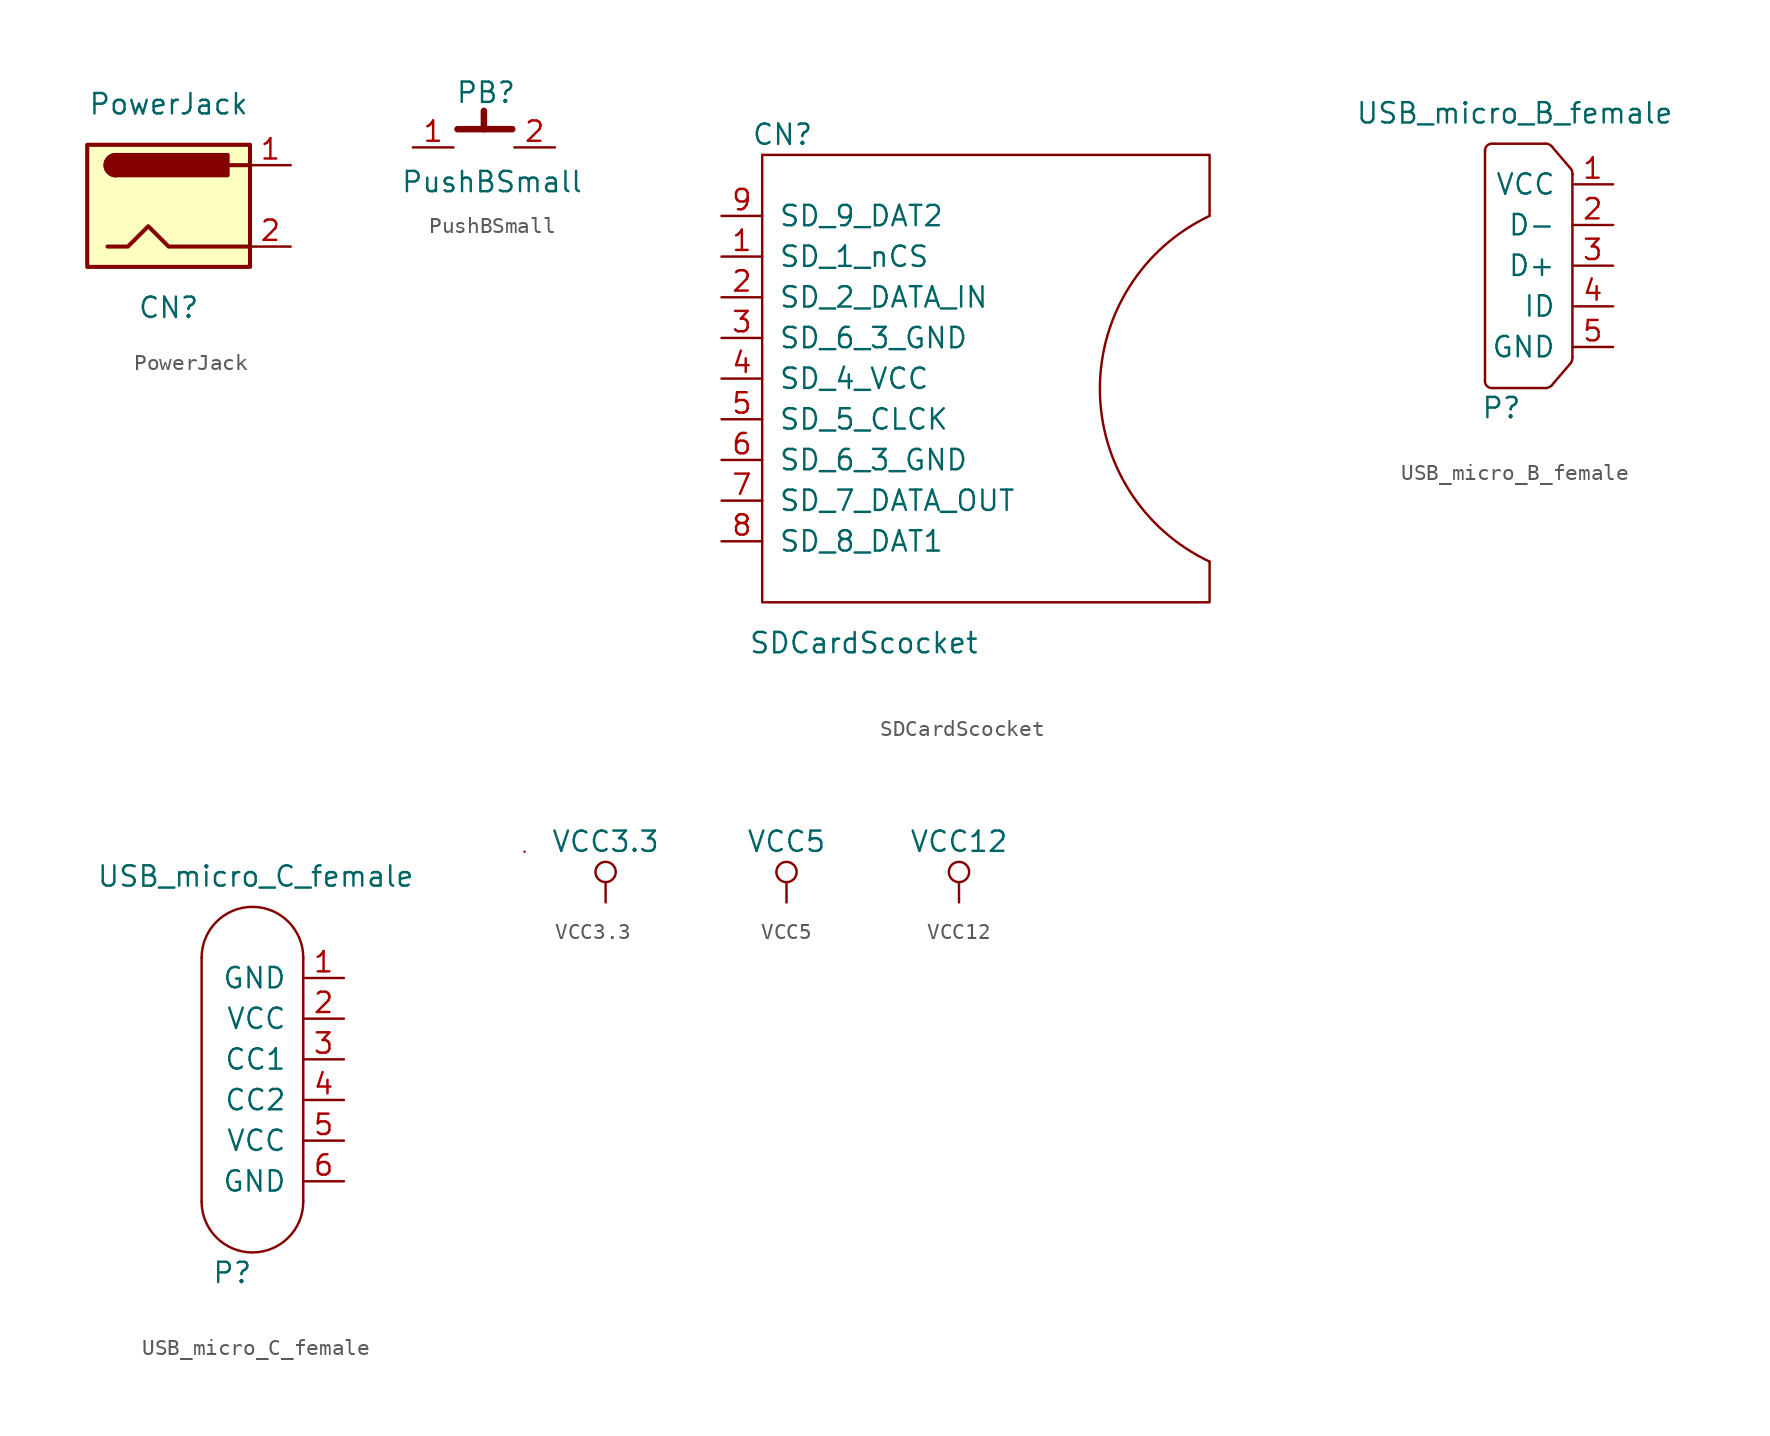
<source format=kicad_sym>
(kicad_symbol_lib
  (version 20211014)
  (generator kicad_symbol_editor)
  (symbol "PowerJack"
    (pin_names
      (offset 1.016))
    (property "Reference" "CN"
      (at 0 -6.35 0)
      (effects (font (size 1.27 1.27))))
    (property "Value" "PowerJack"
      (at 0 6.35 0)
      (effects (font (size 1.27 1.27))))
    (symbol "PowerJack_1_1"
      (rectangle (start -5.08 3.81) (end 5.08 -3.81) (stroke (width 0.254) (type default) (color 0 0 0 0)) (fill (type background)))
      (arc (start -3.302 3.175) (mid -3.937 2.54) (end -3.302 1.905) (stroke (width 0.254) (type default) (color 0 0 0 0)) (fill (type none)))
      (arc (start -3.302 3.175) (mid -3.937 2.54) (end -3.302 1.905) (stroke (width 0.254) (type default) (color 0 0 0 0)) (fill (type outline)))
      (polyline (pts (xy 5.08 2.54) (xy 3.81 2.54)) (stroke (width 0.254) (type default) (color 0 0 0 0)) (fill (type none)))
      (polyline (pts (xy -3.81 -2.54) (xy -2.54 -2.54) (xy -1.27 -1.27) (xy 0 -2.54) (xy 2.54 -2.54) (xy 5.08 -2.54)) (stroke (width 0.254) (type default) (color 0 0 0 0)) (fill (type none)))
      (rectangle (start 3.683 3.175) (end -3.302 1.905) (stroke (width 0.254) (type default) (color 0 0 0 0)) (fill (type outline)))
      (pin bidirectional line (at 7.62 2.54 180) (length 2.54) (name "~" (effects (font (size 1.27 1.27)))) (number "1" (effects (font (size 1.27 1.27)))))
      (pin bidirectional line (at 7.62 -2.54 180) (length 2.54) (name "~" (effects (font (size 1.27 1.27)))) (number "2" (effects (font (size 1.27 1.27)))))))
  (symbol "PushBSmall"
    (pin_names
      (offset 1.016))
    (property "Reference" "PB"
      (at 0.127 3.429 0)
      (effects (font (size 1.27 1.27))))
    (property "Value" "PushBSmall"
      (at 0.508 -2.159 0)
      (effects (font (size 1.27 1.27))))
    (symbol "PushBSmall_0_1"
      (polyline (pts (xy -1.651 1.143) (xy 1.778 1.143)) (stroke (width 0.406) (type default) (color 0 0 0 0)) (fill (type none)))
      (polyline (pts (xy 0 1.143) (xy 0 2.286)) (stroke (width 0.406) (type default) (color 0 0 0 0)) (fill (type none))))
    (symbol "PushBSmall_1_1"
      (pin bidirectional line (at -4.445 0 0) (length 2.54) (name "~" (effects (font (size 1.27 1.27)))) (number "1" (effects (font (size 1.27 1.27)))))
      (pin bidirectional line (at 4.445 0 180) (length 2.54) (name "~" (effects (font (size 1.27 1.27)))) (number "2" (effects (font (size 1.27 1.27)))))))
  (symbol "SDCardScocket"
    (pin_names
      (offset 1.016))
    (property "Reference" "CN"
      (at -11.43 15.24 0)
      (effects (font (size 1.27 1.27))))
    (property "Value" "SDCardScocket"
      (at -6.35 -16.51 0)
      (effects (font (size 1.27 1.27))))
    (symbol "SDCardScocket_0_1"
      (polyline (pts (xy -12.7 13.97) (xy 15.24 13.97) (xy 15.24 10.16)) (stroke (width 0) (type default) (color 0 0 0 0)) (fill (type none)))
      (polyline (pts (xy -12.7 13.97) (xy -12.7 -13.97) (xy 15.24 -13.97) (xy 15.24 -11.43)) (stroke (width 0) (type default) (color 0 0 0 0)) (fill (type none)))
      (arc (start 15.24 10.16) (mid 8.3894 -0.635) (end 15.24 -11.43) (stroke (width 0) (type default) (color 0 0 0 0)) (fill (type none))))
    (symbol "SDCardScocket_1_1"
      (pin bidirectional line (at -15.24 7.62 0) (length 2.54) (name "SD_1_nCS" (effects (font (size 1.27 1.27)))) (number "1" (effects (font (size 1.27 1.27)))))
      (pin bidirectional line (at -15.24 5.08 0) (length 2.54) (name "SD_2_DATA_IN" (effects (font (size 1.27 1.27)))) (number "2" (effects (font (size 1.27 1.27)))))
      (pin bidirectional line (at -15.24 2.54 0) (length 2.54) (name "SD_6_3_GND" (effects (font (size 1.27 1.27)))) (number "3" (effects (font (size 1.27 1.27)))))
      (pin bidirectional line (at -15.24 0 0) (length 2.54) (name "SD_4_VCC" (effects (font (size 1.27 1.27)))) (number "4" (effects (font (size 1.27 1.27)))))
      (pin bidirectional line (at -15.24 -2.54 0) (length 2.54) (name "SD_5_CLCK" (effects (font (size 1.27 1.27)))) (number "5" (effects (font (size 1.27 1.27)))))
      (pin bidirectional line (at -15.24 -5.08 0) (length 2.54) (name "SD_6_3_GND" (effects (font (size 1.27 1.27)))) (number "6" (effects (font (size 1.27 1.27)))))
      (pin bidirectional line (at -15.24 -7.62 0) (length 2.54) (name "SD_7_DATA_OUT" (effects (font (size 1.27 1.27)))) (number "7" (effects (font (size 1.27 1.27)))))
      (pin bidirectional line (at -15.24 -10.16 0) (length 2.54) (name "SD_8_DAT1" (effects (font (size 1.27 1.27)))) (number "8" (effects (font (size 1.27 1.27)))))
      (pin bidirectional line (at -15.24 10.16 0) (length 2.54) (name "SD_9_DAT2" (effects (font (size 1.27 1.27)))) (number "9" (effects (font (size 1.27 1.27)))))))
  (symbol "USB_micro_B_female"
    (pin_names
      (offset 1.016))
    (property "Reference" "P"
      (at 1.27 -8.89 0)
      (effects (font (size 1.27 1.27)) (justify left)))
    (property "Value" "USB_micro_B_female"
      (at 13.335 9.525 0)
      (effects (font (size 1.27 1.27)) (justify right)))
    (symbol "USB_micro_B_female_0_1"
      (polyline (pts (xy 1.524 7.214) (xy 1.524 -7.239)) (stroke (width 0) (type default) (color 0 0 0 0)) (fill (type none)))
      (polyline (pts (xy 2.032 7.62) (xy 5.359 7.62)) (stroke (width 0) (type default) (color 0 0 0 0)) (fill (type none)))
      (polyline (pts (xy 5.74 7.391) (xy 6.807 6.147)) (stroke (width 0) (type default) (color 0 0 0 0)) (fill (type none)))
      (polyline (pts (xy 6.985 5.715) (xy 6.985 -5.715)) (stroke (width 0) (type default) (color 0 0 0 0)) (fill (type none)))
      (arc (start 2.0066 7.62) (mid 1.6766 7.5214) (end 1.524 7.2136) (stroke (width 0) (type default) (color 0 0 0 0)) (fill (type none)))
      (arc (start 5.7404 7.4168) (mid 5.5684 7.5547) (end 5.3594 7.62) (stroke (width 0) (type default) (color 0 0 0 0)) (fill (type none)))
      (arc (start 6.985 5.6896) (mid 6.9506 5.9399) (end 6.8072 6.1468) (stroke (width 0) (type default) (color 0 0 0 0)) (fill (type none))))
    (symbol "USB_micro_B_female_1_1"
      (polyline (pts (xy 2.032 -7.645) (xy 5.359 -7.645)) (stroke (width 0) (type default) (color 0 0 0 0)) (fill (type none)))
      (polyline (pts (xy 5.74 -7.417) (xy 6.807 -6.172)) (stroke (width 0) (type default) (color 0 0 0 0)) (fill (type none)))
      (arc (start 1.524 -7.239) (mid 1.678 -7.5451) (end 2.0066 -7.6454) (stroke (width 0) (type default) (color 0 0 0 0)) (fill (type none)))
      (arc (start 5.3594 -7.6454) (mid 5.563 -7.5706) (end 5.7404 -7.4422) (stroke (width 0) (type default) (color 0 0 0 0)) (fill (type none)))
      (arc (start 6.8072 -6.1722) (mid 6.9469 -5.9639) (end 6.985 -5.715) (stroke (width 0) (type default) (color 0 0 0 0)) (fill (type none)))
      (pin bidirectional line (at 9.525 5.08 180) (length 2.54) (name "VCC" (effects (font (size 1.27 1.27)))) (number "1" (effects (font (size 1.27 1.27)))))
      (pin bidirectional line (at 9.525 2.54 180) (length 2.54) (name "D-" (effects (font (size 1.27 1.27)))) (number "2" (effects (font (size 1.27 1.27)))))
      (pin bidirectional line (at 9.525 0 180) (length 2.54) (name "D+" (effects (font (size 1.27 1.27)))) (number "3" (effects (font (size 1.27 1.27)))))
      (pin bidirectional line (at 9.525 -2.54 180) (length 2.54) (name "ID" (effects (font (size 1.27 1.27)))) (number "4" (effects (font (size 1.27 1.27)))))
      (pin bidirectional line (at 9.525 -5.08 180) (length 2.54) (name "GND" (effects (font (size 1.27 1.27)))) (number "5" (effects (font (size 1.27 1.27)))))))
  (symbol "USB_micro_C_female"
    (pin_names
      (offset 1.016))
    (property "Reference" "P"
      (at 1.27 -13.335 0)
      (effects (font (size 1.27 1.27)) (justify left)))
    (property "Value" "USB_micro_C_female"
      (at 13.97 11.43 0)
      (effects (font (size 1.27 1.27)) (justify right)))
    (symbol "USB_micro_C_female_0_1"
      (polyline (pts (xy 6.985 6.35) (xy 6.985 -8.89)) (stroke (width 0) (type default) (color 0 0 0 0)) (fill (type none)))
      (arc (start 0.635 -8.89) (mid 3.81 -12.065) (end 6.985 -8.89) (stroke (width 0) (type default) (color 0 0 0 0)) (fill (type none)))
      (arc (start 6.985 6.35) (mid 3.81 9.525) (end 0.635 6.35) (stroke (width 0) (type default) (color 0 0 0 0)) (fill (type none))))
    (symbol "USB_micro_C_female_1_1"
      (polyline (pts (xy 0.635 6.35) (xy 0.635 -8.89)) (stroke (width 0) (type default) (color 0 0 0 0)) (fill (type none)))
      (pin bidirectional line (at 9.525 5.08 180) (length 2.54) (name "GND" (effects (font (size 1.27 1.27)))) (number "1" (effects (font (size 1.27 1.27)))))
      (pin bidirectional line (at 9.525 2.54 180) (length 2.54) (name "VCC" (effects (font (size 1.27 1.27)))) (number "2" (effects (font (size 1.27 1.27)))))
      (pin bidirectional line (at 9.525 0 180) (length 2.54) (name "CC1" (effects (font (size 1.27 1.27)))) (number "3" (effects (font (size 1.27 1.27)))))
      (pin bidirectional line (at 9.525 -2.54 180) (length 2.54) (name "CC2" (effects (font (size 1.27 1.27)))) (number "4" (effects (font (size 1.27 1.27)))))
      (pin bidirectional line (at 9.525 -5.08 180) (length 2.54) (name "VCC" (effects (font (size 1.27 1.27)))) (number "5" (effects (font (size 1.27 1.27)))))
      (pin bidirectional line (at 9.525 -7.62 180) (length 2.54) (name "GND" (effects (font (size 1.27 1.27)))) (number "6" (effects (font (size 1.27 1.27)))))))
  (symbol "VCC3.3"
    (power)
    (pin_names
      (offset 0))
    (property "Reference" "#PWR"
      (at 0 -3.81 0)
      (effects (font (size 1.27 1.27)) hide))
    (property "Value" "VCC3.3"
      (at 0 3.81 0)
      (effects (font (size 1.27 1.27))))
    (symbol "VCC3.3_0_1"
      (rectangle (start -5.08 3.175) (end -5.08 3.175) (stroke (width 0) (type default) (color 0 0 0 0)) (fill (type none)))
      (polyline (pts (xy 0 0) (xy 0 1.27)) (stroke (width 0) (type default) (color 0 0 0 0)) (fill (type none)))
      (circle (center 0 1.905) (radius 0.635) (stroke (width 0) (type default) (color 0 0 0 0)) (fill (type none))))
    (symbol "VCC3.3_1_1"
      (pin power_in line (at 0 0 90) (length 0) hide (name "VCC3.3" (effects (font (size 1.27 1.27)))) (number "1" (effects (font (size 1.27 1.27)))))))
  (symbol "VCC5"
    (power)
    (pin_names
      (offset 0))
    (property "Reference" "#PWR"
      (at 0 -3.81 0)
      (effects (font (size 1.27 1.27)) hide))
    (property "Value" "VCC5"
      (at 0 3.81 0)
      (effects (font (size 1.27 1.27))))
    (symbol "VCC5_0_1"
      (polyline (pts (xy 0 0) (xy 0 1.27)) (stroke (width 0) (type default) (color 0 0 0 0)) (fill (type none)))
      (circle (center 0 1.905) (radius 0.635) (stroke (width 0) (type default) (color 0 0 0 0)) (fill (type none))))
    (symbol "VCC5_1_1"
      (pin power_in line (at 0 0 90) (length 0) hide (name "VCC5" (effects (font (size 1.27 1.27)))) (number "1" (effects (font (size 1.27 1.27)))))))
  (symbol "VCC12"
    (power)
    (pin_names
      (offset 0))
    (property "Reference" "#PWR"
      (at 0 -3.81 0)
      (effects (font (size 1.27 1.27)) hide))
    (property "Value" "VCC12"
      (at 0 3.81 0)
      (effects (font (size 1.27 1.27))))
    (symbol "VCC12_0_1"
      (polyline (pts (xy 0 0) (xy 0 1.27)) (stroke (width 0) (type default) (color 0 0 0 0)) (fill (type none)))
      (circle (center 0 1.905) (radius 0.635) (stroke (width 0) (type default) (color 0 0 0 0)) (fill (type none))))
    (symbol "VCC12_1_1"
      (pin power_in line (at 0 0 90) (length 0) hide (name "VCC12" (effects (font (size 1.27 1.27)))) (number "1" (effects (font (size 1.27 1.27))))))))
</source>
